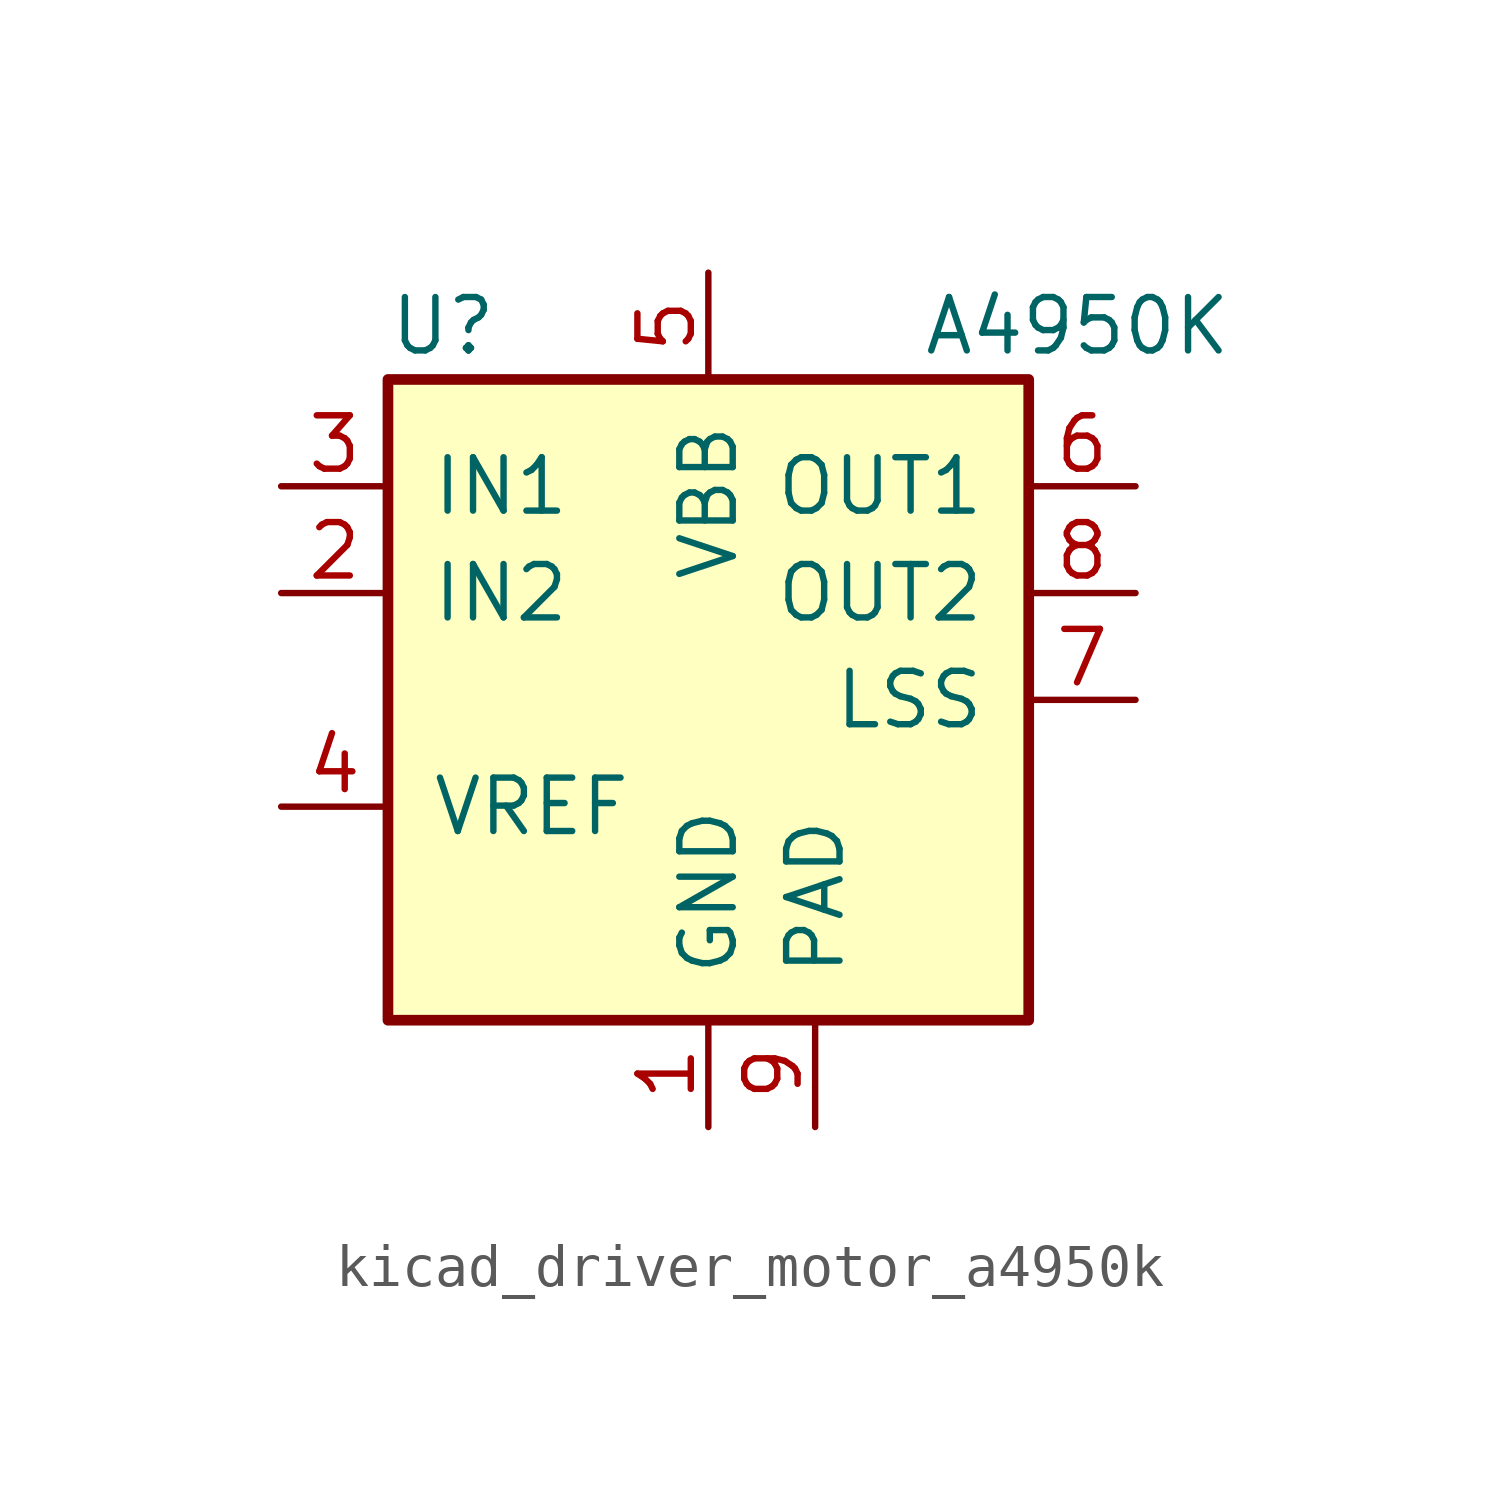
<source format=kicad_sym>
(kicad_symbol_lib
  (version 20220914)
  (generator kicad_symbol_editor)
  (symbol "kicad_driver_motor_a4950k"
    (pin_names
      (offset 1.016))
    (property "Reference" "U"
      (at -7.62 8.89 0)
      (effects (font (size 1.27 1.27)) (justify left)))
    (property "Value" "A4950K"
      (at 5.08 8.89 0)
      (effects (font (size 1.27 1.27)) (justify left)))
    (symbol "kicad_driver_motor_a4950k_0_1"
      (rectangle (start -7.62 7.62) (end 7.62 -7.62) (stroke (width 0.254) (type default)) (fill (type background))))
    (symbol "kicad_driver_motor_a4950k_1_1"
      (pin power_in line (at 0 -10.16 90) (length 2.54) (name "GND" (effects (font (size 1.27 1.27)))) (number "1" (effects (font (size 1.27 1.27)))))
      (pin input line (at -10.16 2.54 0) (length 2.54) (name "IN2" (effects (font (size 1.27 1.27)))) (number "2" (effects (font (size 1.27 1.27)))))
      (pin input line (at -10.16 5.08 0) (length 2.54) (name "IN1" (effects (font (size 1.27 1.27)))) (number "3" (effects (font (size 1.27 1.27)))))
      (pin passive line (at -10.16 -2.54 0) (length 2.54) (name "VREF" (effects (font (size 1.27 1.27)))) (number "4" (effects (font (size 1.27 1.27)))))
      (pin power_in line (at 0 10.16 270) (length 2.54) (name "VBB" (effects (font (size 1.27 1.27)))) (number "5" (effects (font (size 1.27 1.27)))))
      (pin power_out line (at 10.16 5.08 180) (length 2.54) (name "OUT1" (effects (font (size 1.27 1.27)))) (number "6" (effects (font (size 1.27 1.27)))))
      (pin power_in line (at 10.16 0 180) (length 2.54) (name "LSS" (effects (font (size 1.27 1.27)))) (number "7" (effects (font (size 1.27 1.27)))))
      (pin power_out line (at 10.16 2.54 180) (length 2.54) (name "OUT2" (effects (font (size 1.27 1.27)))) (number "8" (effects (font (size 1.27 1.27)))))
      (pin power_in line (at 2.54 -10.16 90) (length 2.54) (name "PAD" (effects (font (size 1.27 1.27)))) (number "9" (effects (font (size 1.27 1.27))))))))
</source>
